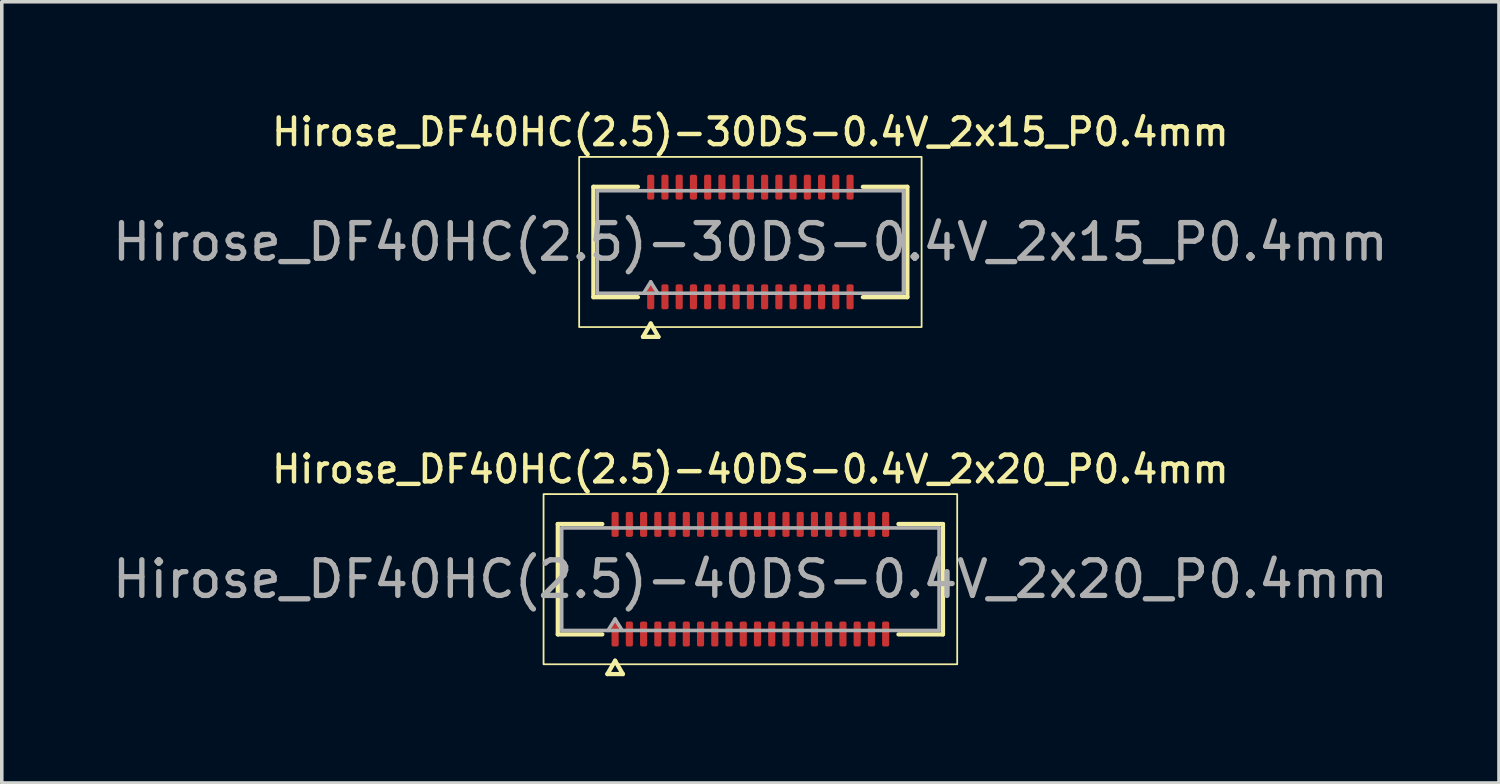
<source format=kicad_pcb>
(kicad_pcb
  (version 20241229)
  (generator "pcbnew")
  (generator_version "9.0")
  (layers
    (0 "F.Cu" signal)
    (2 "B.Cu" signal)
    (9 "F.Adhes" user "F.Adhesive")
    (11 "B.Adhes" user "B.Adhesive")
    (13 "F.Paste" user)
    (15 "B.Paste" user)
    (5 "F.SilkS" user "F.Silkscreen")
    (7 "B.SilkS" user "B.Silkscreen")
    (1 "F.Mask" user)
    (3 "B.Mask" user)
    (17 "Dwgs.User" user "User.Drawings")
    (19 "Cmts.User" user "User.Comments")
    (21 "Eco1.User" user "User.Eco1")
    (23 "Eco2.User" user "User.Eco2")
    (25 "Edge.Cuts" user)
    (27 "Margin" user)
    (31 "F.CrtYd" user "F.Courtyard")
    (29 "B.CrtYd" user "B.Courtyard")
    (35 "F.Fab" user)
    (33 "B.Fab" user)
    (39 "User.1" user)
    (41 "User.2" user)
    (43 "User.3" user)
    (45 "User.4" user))
  (footprint "Hirose_DF40HC(2.5)-40DS-0.4V_2x20_P0.4mm"
    (layer "F.Cu")
    (at 18.03 13.221)
    (property "Reference" "Hirose_DF40HC(2.5)-40DS-0.4V_2x20_P0.4mm" (at 0 -3.09 0) (layer "F.SilkS") (effects (font (size 0.75 0.75) (thickness 0.125))))
    (attr smd)
    (fp_line (start -5.41 -1.55) (end -4.16 -1.55) (stroke (width 0.12) (type solid)) (layer "F.SilkS"))
    (fp_line (start -5.41 1.55) (end -5.41 -1.55) (stroke (width 0.12) (type solid)) (layer "F.SilkS"))
    (fp_line (start -4.16 1.55) (end -5.41 1.55) (stroke (width 0.12) (type solid)) (layer "F.SilkS"))
    (fp_line (start -4.017 2.665) (end -3.8 2.29) (stroke (width 0.12) (type solid)) (layer "F.SilkS"))
    (fp_line (start -3.8 2.29) (end -3.583 2.665) (stroke (width 0.12) (type solid)) (layer "F.SilkS"))
    (fp_line (start -3.583 2.665) (end -4.017 2.665) (stroke (width 0.12) (type solid)) (layer "F.SilkS"))
    (fp_line (start 4.16 -1.55) (end 5.41 -1.55) (stroke (width 0.12) (type solid)) (layer "F.SilkS"))
    (fp_line (start 5.41 -1.55) (end 5.41 1.55) (stroke (width 0.12) (type solid)) (layer "F.SilkS"))
    (fp_line (start 5.41 1.55) (end 4.16 1.55) (stroke (width 0.12) (type solid)) (layer "F.SilkS"))
    (fp_rect (start -5.81 -2.39) (end 5.81 2.39) (stroke (width 0.05) (type solid)) (fill no) (layer "F.SilkS"))
    (fp_line (start -5.3 -1.44) (end 5.3 -1.44) (stroke (width 0.1) (type solid)) (layer "F.Fab"))
    (fp_line (start -5.3 1.44) (end -5.3 -1.44) (stroke (width 0.1) (type solid)) (layer "F.Fab"))
    (fp_line (start -4 1.44) (end -3.8 1.12) (stroke (width 0.1) (type solid)) (layer "F.Fab"))
    (fp_line (start -3.8 1.12) (end -3.6 1.44) (stroke (width 0.1) (type solid)) (layer "F.Fab"))
    (fp_line (start 5.3 -1.44) (end 5.3 1.44) (stroke (width 0.1) (type solid)) (layer "F.Fab"))
    (fp_line (start 5.3 1.44) (end -5.3 1.44) (stroke (width 0.1) (type solid)) (layer "F.Fab"))
    (fp_text user "${REFERENCE}" (at 0 0 0) (layer "F.Fab") (effects (font (size 1 1) (thickness 0.15))))
    (pad "1" smd roundrect (at -3.8 1.54) (size 0.2 0.7) (layers "F.Cu" "F.Mask" "F.Paste") (roundrect_rratio 0.25))
    (pad "2" smd roundrect (at -3.8 -1.54) (size 0.2 0.7) (layers "F.Cu" "F.Mask" "F.Paste") (roundrect_rratio 0.25))
    (pad "3" smd roundrect (at -3.4 1.54) (size 0.2 0.7) (layers "F.Cu" "F.Mask" "F.Paste") (roundrect_rratio 0.25))
    (pad "4" smd roundrect (at -3.4 -1.54) (size 0.2 0.7) (layers "F.Cu" "F.Mask" "F.Paste") (roundrect_rratio 0.25))
    (pad "5" smd roundrect (at -3 1.54) (size 0.2 0.7) (layers "F.Cu" "F.Mask" "F.Paste") (roundrect_rratio 0.25))
    (pad "6" smd roundrect (at -3 -1.54) (size 0.2 0.7) (layers "F.Cu" "F.Mask" "F.Paste") (roundrect_rratio 0.25))
    (pad "7" smd roundrect (at -2.6 1.54) (size 0.2 0.7) (layers "F.Cu" "F.Mask" "F.Paste") (roundrect_rratio 0.25))
    (pad "8" smd roundrect (at -2.6 -1.54) (size 0.2 0.7) (layers "F.Cu" "F.Mask" "F.Paste") (roundrect_rratio 0.25))
    (pad "9" smd roundrect (at -2.2 1.54) (size 0.2 0.7) (layers "F.Cu" "F.Mask" "F.Paste") (roundrect_rratio 0.25))
    (pad "10" smd roundrect (at -2.2 -1.54) (size 0.2 0.7) (layers "F.Cu" "F.Mask" "F.Paste") (roundrect_rratio 0.25))
    (pad "11" smd roundrect (at -1.8 1.54) (size 0.2 0.7) (layers "F.Cu" "F.Mask" "F.Paste") (roundrect_rratio 0.25))
    (pad "12" smd roundrect (at -1.8 -1.54) (size 0.2 0.7) (layers "F.Cu" "F.Mask" "F.Paste") (roundrect_rratio 0.25))
    (pad "13" smd roundrect (at -1.4 1.54) (size 0.2 0.7) (layers "F.Cu" "F.Mask" "F.Paste") (roundrect_rratio 0.25))
    (pad "14" smd roundrect (at -1.4 -1.54) (size 0.2 0.7) (layers "F.Cu" "F.Mask" "F.Paste") (roundrect_rratio 0.25))
    (pad "15" smd roundrect (at -1 1.54) (size 0.2 0.7) (layers "F.Cu" "F.Mask" "F.Paste") (roundrect_rratio 0.25))
    (pad "16" smd roundrect (at -1 -1.54) (size 0.2 0.7) (layers "F.Cu" "F.Mask" "F.Paste") (roundrect_rratio 0.25))
    (pad "17" smd roundrect (at -0.6 1.54) (size 0.2 0.7) (layers "F.Cu" "F.Mask" "F.Paste") (roundrect_rratio 0.25))
    (pad "18" smd roundrect (at -0.6 -1.54) (size 0.2 0.7) (layers "F.Cu" "F.Mask" "F.Paste") (roundrect_rratio 0.25))
    (pad "19" smd roundrect (at -0.2 1.54) (size 0.2 0.7) (layers "F.Cu" "F.Mask" "F.Paste") (roundrect_rratio 0.25))
    (pad "20" smd roundrect (at -0.2 -1.54) (size 0.2 0.7) (layers "F.Cu" "F.Mask" "F.Paste") (roundrect_rratio 0.25))
    (pad "21" smd roundrect (at 0.2 1.54) (size 0.2 0.7) (layers "F.Cu" "F.Mask" "F.Paste") (roundrect_rratio 0.25))
    (pad "22" smd roundrect (at 0.2 -1.54) (size 0.2 0.7) (layers "F.Cu" "F.Mask" "F.Paste") (roundrect_rratio 0.25))
    (pad "23" smd roundrect (at 0.6 1.54) (size 0.2 0.7) (layers "F.Cu" "F.Mask" "F.Paste") (roundrect_rratio 0.25))
    (pad "24" smd roundrect (at 0.6 -1.54) (size 0.2 0.7) (layers "F.Cu" "F.Mask" "F.Paste") (roundrect_rratio 0.25))
    (pad "25" smd roundrect (at 1 1.54) (size 0.2 0.7) (layers "F.Cu" "F.Mask" "F.Paste") (roundrect_rratio 0.25))
    (pad "26" smd roundrect (at 1 -1.54) (size 0.2 0.7) (layers "F.Cu" "F.Mask" "F.Paste") (roundrect_rratio 0.25))
    (pad "27" smd roundrect (at 1.4 1.54) (size 0.2 0.7) (layers "F.Cu" "F.Mask" "F.Paste") (roundrect_rratio 0.25))
    (pad "28" smd roundrect (at 1.4 -1.54) (size 0.2 0.7) (layers "F.Cu" "F.Mask" "F.Paste") (roundrect_rratio 0.25))
    (pad "29" smd roundrect (at 1.8 1.54) (size 0.2 0.7) (layers "F.Cu" "F.Mask" "F.Paste") (roundrect_rratio 0.25))
    (pad "30" smd roundrect (at 1.8 -1.54) (size 0.2 0.7) (layers "F.Cu" "F.Mask" "F.Paste") (roundrect_rratio 0.25))
    (pad "31" smd roundrect (at 2.2 1.54) (size 0.2 0.7) (layers "F.Cu" "F.Mask" "F.Paste") (roundrect_rratio 0.25))
    (pad "32" smd roundrect (at 2.2 -1.54) (size 0.2 0.7) (layers "F.Cu" "F.Mask" "F.Paste") (roundrect_rratio 0.25))
    (pad "33" smd roundrect (at 2.6 1.54) (size 0.2 0.7) (layers "F.Cu" "F.Mask" "F.Paste") (roundrect_rratio 0.25))
    (pad "34" smd roundrect (at 2.6 -1.54) (size 0.2 0.7) (layers "F.Cu" "F.Mask" "F.Paste") (roundrect_rratio 0.25))
    (pad "35" smd roundrect (at 3 1.54) (size 0.2 0.7) (layers "F.Cu" "F.Mask" "F.Paste") (roundrect_rratio 0.25))
    (pad "36" smd roundrect (at 3 -1.54) (size 0.2 0.7) (layers "F.Cu" "F.Mask" "F.Paste") (roundrect_rratio 0.25))
    (pad "37" smd roundrect (at 3.4 1.54) (size 0.2 0.7) (layers "F.Cu" "F.Mask" "F.Paste") (roundrect_rratio 0.25))
    (pad "38" smd roundrect (at 3.4 -1.54) (size 0.2 0.7) (layers "F.Cu" "F.Mask" "F.Paste") (roundrect_rratio 0.25))
    (pad "39" smd roundrect (at 3.8 1.54) (size 0.2 0.7) (layers "F.Cu" "F.Mask" "F.Paste") (roundrect_rratio 0.25))
    (pad "40" smd roundrect (at 3.8 -1.54) (size 0.2 0.7) (layers "F.Cu" "F.Mask" "F.Paste") (roundrect_rratio 0.25)))
  (footprint "Hirose_DF40HC(2.5)-30DS-0.4V_2x15_P0.4mm"
    (layer "F.Cu")
    (at 18.03 3.748)
    (property "Reference" "Hirose_DF40HC(2.5)-30DS-0.4V_2x15_P0.4mm" (at 0 -3.09 0) (layer "F.SilkS") (effects (font (size 0.75 0.75) (thickness 0.125))))
    (attr smd)
    (fp_line (start -4.41 -1.55) (end -3.16 -1.55) (stroke (width 0.12) (type solid)) (layer "F.SilkS"))
    (fp_line (start -4.41 1.55) (end -4.41 -1.55) (stroke (width 0.12) (type solid)) (layer "F.SilkS"))
    (fp_line (start -3.16 1.55) (end -4.41 1.55) (stroke (width 0.12) (type solid)) (layer "F.SilkS"))
    (fp_line (start -3.017 2.665) (end -2.8 2.29) (stroke (width 0.12) (type solid)) (layer "F.SilkS"))
    (fp_line (start -2.8 2.29) (end -2.583 2.665) (stroke (width 0.12) (type solid)) (layer "F.SilkS"))
    (fp_line (start -2.583 2.665) (end -3.017 2.665) (stroke (width 0.12) (type solid)) (layer "F.SilkS"))
    (fp_line (start 3.16 -1.55) (end 4.41 -1.55) (stroke (width 0.12) (type solid)) (layer "F.SilkS"))
    (fp_line (start 4.41 -1.55) (end 4.41 1.55) (stroke (width 0.12) (type solid)) (layer "F.SilkS"))
    (fp_line (start 4.41 1.55) (end 3.16 1.55) (stroke (width 0.12) (type solid)) (layer "F.SilkS"))
    (fp_rect (start -4.81 -2.39) (end 4.81 2.39) (stroke (width 0.05) (type solid)) (fill no) (layer "F.SilkS"))
    (fp_line (start -4.3 -1.44) (end 4.3 -1.44) (stroke (width 0.1) (type solid)) (layer "F.Fab"))
    (fp_line (start -4.3 1.44) (end -4.3 -1.44) (stroke (width 0.1) (type solid)) (layer "F.Fab"))
    (fp_line (start -3 1.44) (end -2.8 1.12) (stroke (width 0.1) (type solid)) (layer "F.Fab"))
    (fp_line (start -2.8 1.12) (end -2.6 1.44) (stroke (width 0.1) (type solid)) (layer "F.Fab"))
    (fp_line (start 4.3 -1.44) (end 4.3 1.44) (stroke (width 0.1) (type solid)) (layer "F.Fab"))
    (fp_line (start 4.3 1.44) (end -4.3 1.44) (stroke (width 0.1) (type solid)) (layer "F.Fab"))
    (fp_text user "${REFERENCE}" (at 0 0 0) (layer "F.Fab") (effects (font (size 1 1) (thickness 0.15))))
    (pad "1" smd roundrect (at -2.8 1.54) (size 0.2 0.7) (layers "F.Cu" "F.Mask" "F.Paste") (roundrect_rratio 0.25))
    (pad "2" smd roundrect (at -2.8 -1.54) (size 0.2 0.7) (layers "F.Cu" "F.Mask" "F.Paste") (roundrect_rratio 0.25))
    (pad "3" smd roundrect (at -2.4 1.54) (size 0.2 0.7) (layers "F.Cu" "F.Mask" "F.Paste") (roundrect_rratio 0.25))
    (pad "4" smd roundrect (at -2.4 -1.54) (size 0.2 0.7) (layers "F.Cu" "F.Mask" "F.Paste") (roundrect_rratio 0.25))
    (pad "5" smd roundrect (at -2 1.54) (size 0.2 0.7) (layers "F.Cu" "F.Mask" "F.Paste") (roundrect_rratio 0.25))
    (pad "6" smd roundrect (at -2 -1.54) (size 0.2 0.7) (layers "F.Cu" "F.Mask" "F.Paste") (roundrect_rratio 0.25))
    (pad "7" smd roundrect (at -1.6 1.54) (size 0.2 0.7) (layers "F.Cu" "F.Mask" "F.Paste") (roundrect_rratio 0.25))
    (pad "8" smd roundrect (at -1.6 -1.54) (size 0.2 0.7) (layers "F.Cu" "F.Mask" "F.Paste") (roundrect_rratio 0.25))
    (pad "9" smd roundrect (at -1.2 1.54) (size 0.2 0.7) (layers "F.Cu" "F.Mask" "F.Paste") (roundrect_rratio 0.25))
    (pad "10" smd roundrect (at -1.2 -1.54) (size 0.2 0.7) (layers "F.Cu" "F.Mask" "F.Paste") (roundrect_rratio 0.25))
    (pad "11" smd roundrect (at -0.8 1.54) (size 0.2 0.7) (layers "F.Cu" "F.Mask" "F.Paste") (roundrect_rratio 0.25))
    (pad "12" smd roundrect (at -0.8 -1.54) (size 0.2 0.7) (layers "F.Cu" "F.Mask" "F.Paste") (roundrect_rratio 0.25))
    (pad "13" smd roundrect (at -0.4 1.54) (size 0.2 0.7) (layers "F.Cu" "F.Mask" "F.Paste") (roundrect_rratio 0.25))
    (pad "14" smd roundrect (at -0.4 -1.54) (size 0.2 0.7) (layers "F.Cu" "F.Mask" "F.Paste") (roundrect_rratio 0.25))
    (pad "15" smd roundrect (at 0 1.54) (size 0.2 0.7) (layers "F.Cu" "F.Mask" "F.Paste") (roundrect_rratio 0.25))
    (pad "16" smd roundrect (at 0 -1.54) (size 0.2 0.7) (layers "F.Cu" "F.Mask" "F.Paste") (roundrect_rratio 0.25))
    (pad "17" smd roundrect (at 0.4 1.54) (size 0.2 0.7) (layers "F.Cu" "F.Mask" "F.Paste") (roundrect_rratio 0.25))
    (pad "18" smd roundrect (at 0.4 -1.54) (size 0.2 0.7) (layers "F.Cu" "F.Mask" "F.Paste") (roundrect_rratio 0.25))
    (pad "19" smd roundrect (at 0.8 1.54) (size 0.2 0.7) (layers "F.Cu" "F.Mask" "F.Paste") (roundrect_rratio 0.25))
    (pad "20" smd roundrect (at 0.8 -1.54) (size 0.2 0.7) (layers "F.Cu" "F.Mask" "F.Paste") (roundrect_rratio 0.25))
    (pad "21" smd roundrect (at 1.2 1.54) (size 0.2 0.7) (layers "F.Cu" "F.Mask" "F.Paste") (roundrect_rratio 0.25))
    (pad "22" smd roundrect (at 1.2 -1.54) (size 0.2 0.7) (layers "F.Cu" "F.Mask" "F.Paste") (roundrect_rratio 0.25))
    (pad "23" smd roundrect (at 1.6 1.54) (size 0.2 0.7) (layers "F.Cu" "F.Mask" "F.Paste") (roundrect_rratio 0.25))
    (pad "24" smd roundrect (at 1.6 -1.54) (size 0.2 0.7) (layers "F.Cu" "F.Mask" "F.Paste") (roundrect_rratio 0.25))
    (pad "25" smd roundrect (at 2 1.54) (size 0.2 0.7) (layers "F.Cu" "F.Mask" "F.Paste") (roundrect_rratio 0.25))
    (pad "26" smd roundrect (at 2 -1.54) (size 0.2 0.7) (layers "F.Cu" "F.Mask" "F.Paste") (roundrect_rratio 0.25))
    (pad "27" smd roundrect (at 2.4 1.54) (size 0.2 0.7) (layers "F.Cu" "F.Mask" "F.Paste") (roundrect_rratio 0.25))
    (pad "28" smd roundrect (at 2.4 -1.54) (size 0.2 0.7) (layers "F.Cu" "F.Mask" "F.Paste") (roundrect_rratio 0.25))
    (pad "29" smd roundrect (at 2.8 1.54) (size 0.2 0.7) (layers "F.Cu" "F.Mask" "F.Paste") (roundrect_rratio 0.25))
    (pad "30" smd roundrect (at 2.8 -1.54) (size 0.2 0.7) (layers "F.Cu" "F.Mask" "F.Paste") (roundrect_rratio 0.25)))
  (gr_rect
    (start -3 -3)
    (end 39.06 18.946)
    (stroke (width 0.1) (type default))
    (fill no)
    (layer "Edge.Cuts")))
</source>
